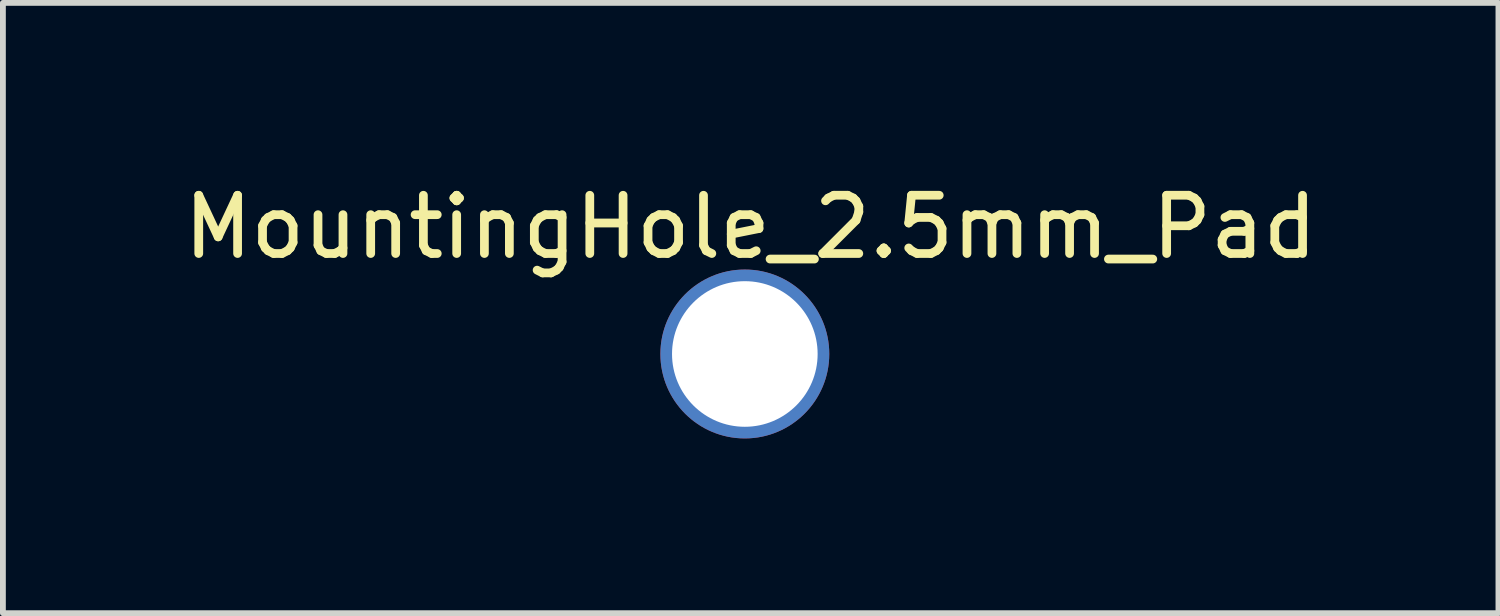
<source format=kicad_pcb>
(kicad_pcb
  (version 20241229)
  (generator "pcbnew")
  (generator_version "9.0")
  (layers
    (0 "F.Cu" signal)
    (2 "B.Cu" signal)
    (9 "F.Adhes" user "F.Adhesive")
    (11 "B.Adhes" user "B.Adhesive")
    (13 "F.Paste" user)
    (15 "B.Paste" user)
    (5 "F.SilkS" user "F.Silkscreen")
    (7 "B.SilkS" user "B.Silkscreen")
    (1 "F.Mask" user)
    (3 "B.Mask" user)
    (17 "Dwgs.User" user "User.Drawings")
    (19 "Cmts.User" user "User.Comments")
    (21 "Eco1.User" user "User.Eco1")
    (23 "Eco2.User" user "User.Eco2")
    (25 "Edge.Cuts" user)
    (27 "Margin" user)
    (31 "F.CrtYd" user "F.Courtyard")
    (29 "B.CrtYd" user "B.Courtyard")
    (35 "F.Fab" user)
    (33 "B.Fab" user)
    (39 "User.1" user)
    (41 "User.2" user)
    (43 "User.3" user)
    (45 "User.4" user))
  (footprint "MountingHole_2.5mm_Pad"
    (layer "F.Cu")
    (at 9.739 3.028)
    (property "Reference" "MountingHole_2.5mm_Pad" (at 0.1 -2.18 0) (layer "F.SilkS") (effects (font (size 1 1) (thickness 0.15))))
    (attr exclude_from_pos_files exclude_from_bom)
    (pad "" np_thru_hole circle (at 0 0) (size 2.9 2.9) (drill 2.5) (layers "*.Cu" "*.Mask")))
  (gr_rect
    (start -3 -3)
    (end 22.679 7.478)
    (stroke (width 0.1) (type default))
    (fill no)
    (layer "Edge.Cuts")))
</source>
